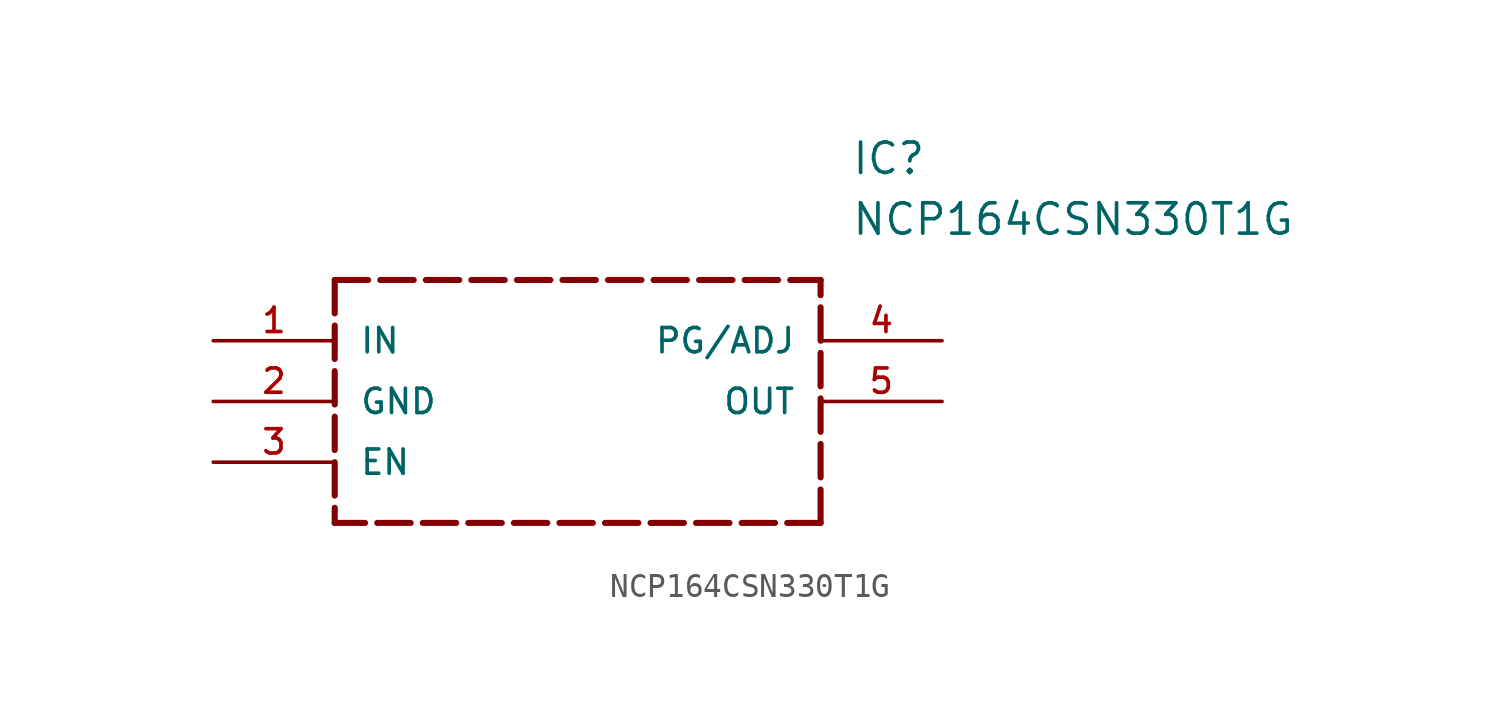
<source format=kicad_sym>
(kicad_symbol_lib
  (version 20211014)
  (generator kicad_symbol_editor)
  (symbol "NCP164CSN330T1G"
    (pin_names
      (offset 1.016))
    (property "Reference" "IC"
      (at 26.67 7.62 0)
      (effects (font (size 1.27 1.27)) (justify left)))
    (property "Value" "NCP164CSN330T1G"
      (at 26.67 5.08 0)
      (effects (font (size 1.27 1.27)) (justify left)))
    (symbol "NCP164CSN330T1G_0_0"
      (polyline (pts (xy 5.08 2.54) (xy 6.477 2.54)) (stroke (width 0.254)))
      (polyline (pts (xy 6.985 2.54) (xy 8.382 2.54)) (stroke (width 0.254)))
      (polyline (pts (xy 8.89 2.54) (xy 10.287 2.54)) (stroke (width 0.254)))
      (polyline (pts (xy 10.795 2.54) (xy 12.192 2.54)) (stroke (width 0.254)))
      (polyline (pts (xy 12.7 2.54) (xy 14.097 2.54)) (stroke (width 0.254)))
      (polyline (pts (xy 14.605 2.54) (xy 16.002 2.54)) (stroke (width 0.254)))
      (polyline (pts (xy 16.51 2.54) (xy 17.907 2.54)) (stroke (width 0.254)))
      (polyline (pts (xy 18.415 2.54) (xy 19.812 2.54)) (stroke (width 0.254)))
      (polyline (pts (xy 20.32 2.54) (xy 21.717 2.54)) (stroke (width 0.254)))
      (polyline (pts (xy 22.225 2.54) (xy 23.622 2.54)) (stroke (width 0.254)))
      (polyline (pts (xy 24.13 2.54) (xy 25.4 2.54)) (stroke (width 0.254)))
      (polyline (pts (xy 25.4 -7.62) (xy 25.4 -6.223)) (stroke (width 0.254)))
      (polyline (pts (xy 25.4 -5.715) (xy 25.4 -4.318)) (stroke (width 0.254)))
      (polyline (pts (xy 25.4 -3.81) (xy 25.4 -2.413)) (stroke (width 0.254)))
      (polyline (pts (xy 25.4 -1.905) (xy 25.4 -0.508)) (stroke (width 0.254)))
      (polyline (pts (xy 25.4 0.0) (xy 25.4 1.397)) (stroke (width 0.254)))
      (polyline (pts (xy 25.4 1.905) (xy 25.4 2.54)) (stroke (width 0.254)))
      (polyline (pts (xy 25.4 -7.62) (xy 24.003 -7.62)) (stroke (width 0.254)))
      (polyline (pts (xy 23.495 -7.62) (xy 22.098 -7.62)) (stroke (width 0.254)))
      (polyline (pts (xy 21.59 -7.62) (xy 20.193 -7.62)) (stroke (width 0.254)))
      (polyline (pts (xy 19.685 -7.62) (xy 18.288 -7.62)) (stroke (width 0.254)))
      (polyline (pts (xy 17.78 -7.62) (xy 16.383 -7.62)) (stroke (width 0.254)))
      (polyline (pts (xy 15.875 -7.62) (xy 14.478 -7.62)) (stroke (width 0.254)))
      (polyline (pts (xy 13.97 -7.62) (xy 12.573 -7.62)) (stroke (width 0.254)))
      (polyline (pts (xy 12.065 -7.62) (xy 10.668 -7.62)) (stroke (width 0.254)))
      (polyline (pts (xy 10.16 -7.62) (xy 8.763 -7.62)) (stroke (width 0.254)))
      (polyline (pts (xy 8.255 -7.62) (xy 6.858 -7.62)) (stroke (width 0.254)))
      (polyline (pts (xy 6.35 -7.62) (xy 5.08 -7.62)) (stroke (width 0.254)))
      (polyline (pts (xy 5.08 2.54) (xy 5.08 1.143)) (stroke (width 0.254)))
      (polyline (pts (xy 5.08 0.635) (xy 5.08 -0.762)) (stroke (width 0.254)))
      (polyline (pts (xy 5.08 -1.27) (xy 5.08 -2.667)) (stroke (width 0.254)))
      (polyline (pts (xy 5.08 -3.175) (xy 5.08 -4.572)) (stroke (width 0.254)))
      (polyline (pts (xy 5.08 -5.08) (xy 5.08 -6.477)) (stroke (width 0.254)))
      (polyline (pts (xy 5.08 -6.985) (xy 5.08 -7.62)) (stroke (width 0.254)))
      (pin bidirectional line (at 0.0 0.0 0) (length 5.08) (name "IN" (effects (font (size 1.016 1.016)))) (number "1" (effects (font (size 1.016 1.016)))))
      (pin bidirectional line (at 0.0 -2.54 0) (length 5.08) (name "GND" (effects (font (size 1.016 1.016)))) (number "2" (effects (font (size 1.016 1.016)))))
      (pin bidirectional line (at 0.0 -5.08 0) (length 5.08) (name "EN" (effects (font (size 1.016 1.016)))) (number "3" (effects (font (size 1.016 1.016)))))
      (pin bidirectional line (at 30.48 0.0 180.0) (length 5.08) (name "PG/ADJ" (effects (font (size 1.016 1.016)))) (number "4" (effects (font (size 1.016 1.016)))))
      (pin bidirectional line (at 30.48 -2.54 180.0) (length 5.08) (name "OUT" (effects (font (size 1.016 1.016)))) (number "5" (effects (font (size 1.016 1.016))))))))
</source>
